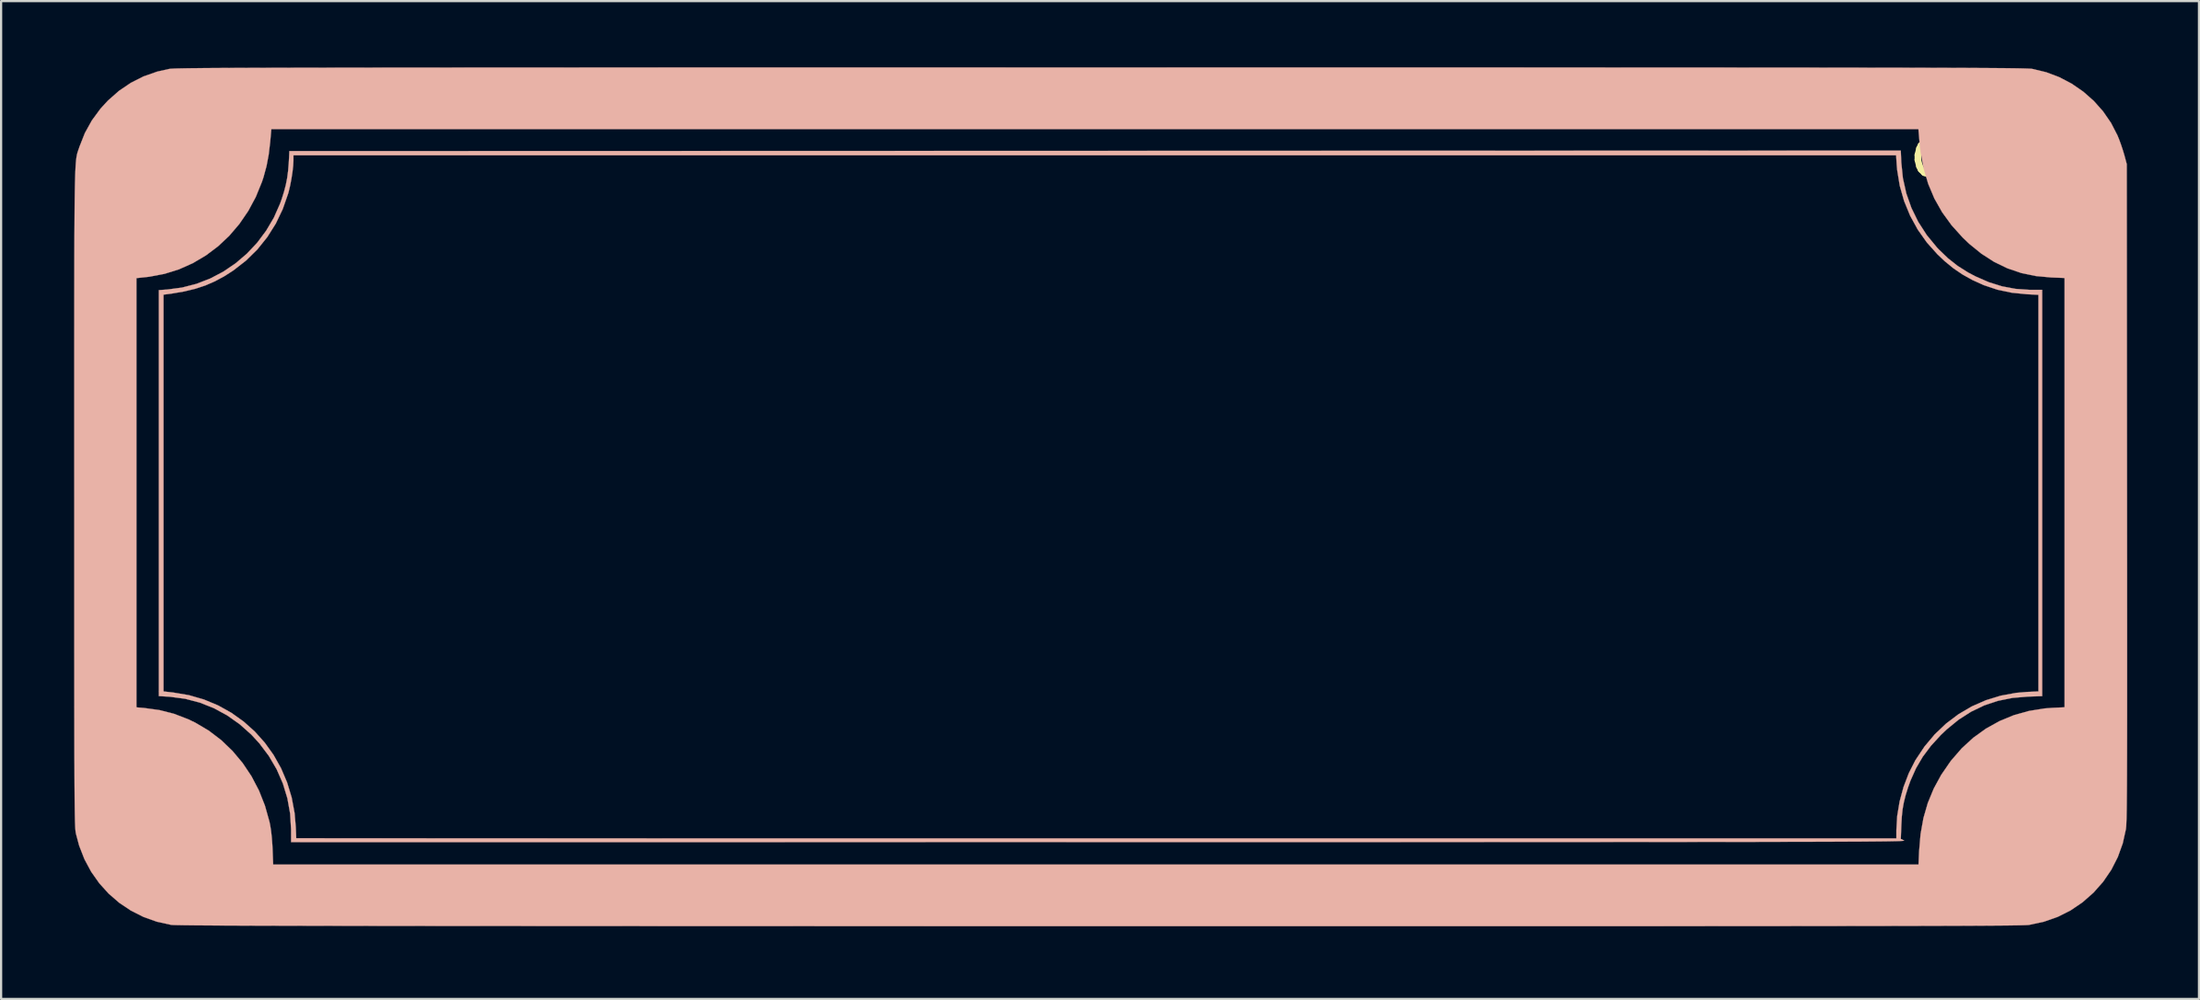
<source format=kicad_pcb>
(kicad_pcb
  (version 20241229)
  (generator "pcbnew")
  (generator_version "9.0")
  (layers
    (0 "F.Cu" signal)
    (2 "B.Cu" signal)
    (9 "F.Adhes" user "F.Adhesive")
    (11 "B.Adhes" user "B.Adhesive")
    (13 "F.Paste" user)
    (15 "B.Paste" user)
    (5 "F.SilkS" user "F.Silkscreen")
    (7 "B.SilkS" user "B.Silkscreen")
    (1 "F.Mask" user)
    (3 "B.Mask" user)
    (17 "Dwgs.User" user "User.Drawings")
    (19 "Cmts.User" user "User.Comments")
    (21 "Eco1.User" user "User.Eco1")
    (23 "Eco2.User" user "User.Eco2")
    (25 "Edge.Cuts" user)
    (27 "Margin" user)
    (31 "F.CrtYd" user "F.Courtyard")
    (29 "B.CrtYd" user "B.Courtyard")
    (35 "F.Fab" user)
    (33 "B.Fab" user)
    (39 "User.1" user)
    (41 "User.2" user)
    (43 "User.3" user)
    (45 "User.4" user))
  (footprint "CaseDim"
    (layer "F.Cu")
    (at 0.25 38.952)
    (property "Reference" "CaseDim" (at 88.138 -34.798 0) (layer "F.SilkS") (effects (font (size 1.524 1.524) (thickness 0.3))))
    (attr through_hole)
    (fp_poly (pts (xy 82.815 -34.639) (xy 82.887 -33.932) (xy 83.04 -33.245) (xy 83.273 -32.583) (xy 83.582 -31.952) (xy 83.967 -31.355) (xy 84.426 -30.796) (xy 84.511 -30.705) (xy 84.934 -30.299) (xy 85.369 -29.956) (xy 85.844 -29.657) (xy 86.169 -29.485) (xy 86.779 -29.218) (xy 87.382 -29.03) (xy 87.993 -28.916) (xy 88.628 -28.872) (xy 88.72 -28.872) (xy 89.196 -28.871) (xy 89.196 -10.467) (xy 88.551 -10.446) (xy 87.853 -10.387) (xy 87.195 -10.255) (xy 86.57 -10.047) (xy 85.977 -9.762) (xy 85.41 -9.399) (xy 84.867 -8.955) (xy 84.602 -8.702) (xy 84.157 -8.216) (xy 83.786 -7.72) (xy 83.481 -7.199) (xy 83.23 -6.637) (xy 83.122 -6.335) (xy 83.01 -5.977) (xy 82.93 -5.657) (xy 82.874 -5.345) (xy 82.838 -5.009) (xy 82.817 -4.635) (xy 82.793 -4) (xy 82.936 -3.929) (xy 82.941 -3.925) (xy 82.938 -3.921) (xy 82.925 -3.917) (xy 82.901 -3.913) (xy 82.864 -3.91) (xy 82.813 -3.907) (xy 82.745 -3.903) (xy 82.66 -3.9) (xy 82.555 -3.897) (xy 82.429 -3.895) (xy 82.28 -3.892) (xy 82.106 -3.889) (xy 81.907 -3.887) (xy 81.68 -3.885) (xy 81.423 -3.883) (xy 81.136 -3.88) (xy 80.816 -3.878) (xy 80.461 -3.877) (xy 80.071 -3.875) (xy 79.643 -3.873) (xy 79.175 -3.872) (xy 78.667 -3.87) (xy 78.117 -3.869) (xy 77.522 -3.868) (xy 76.881 -3.867) (xy 76.193 -3.865) (xy 75.456 -3.864) (xy 74.669 -3.863) (xy 73.828 -3.863) (xy 72.934 -3.862) (xy 71.984 -3.861) (xy 70.977 -3.86) (xy 69.911 -3.86) (xy 68.785 -3.859) (xy 67.596 -3.859) (xy 66.343 -3.858) (xy 65.025 -3.858) (xy 63.639 -3.857) (xy 62.185 -3.857) (xy 60.66 -3.857) (xy 59.064 -3.856) (xy 57.393 -3.856) (xy 55.647 -3.856) (xy 53.824 -3.856) (xy 51.923 -3.856) (xy 49.941 -3.855) (xy 47.877 -3.855) (xy 46.482 -3.855) (xy 9.885 -3.852) (xy 9.884 -4.434) (xy 9.841 -5.147) (xy 9.716 -5.841) (xy 9.512 -6.511) (xy 9.231 -7.153) (xy 8.874 -7.762) (xy 8.444 -8.332) (xy 8.084 -8.724) (xy 7.553 -9.197) (xy 6.984 -9.598) (xy 6.38 -9.925) (xy 5.747 -10.175) (xy 5.089 -10.347) (xy 4.411 -10.437) (xy 4.35 -10.442) (xy 3.895 -10.469) (xy 3.895 -28.654) (xy 4.106 -28.654) (xy 4.106 -10.68) (xy 4.554 -10.629) (xy 5.264 -10.509) (xy 5.94 -10.313) (xy 6.58 -10.046) (xy 7.179 -9.712) (xy 7.734 -9.316) (xy 8.241 -8.863) (xy 8.695 -8.355) (xy 9.093 -7.799) (xy 9.431 -7.197) (xy 9.704 -6.555) (xy 9.91 -5.877) (xy 10.043 -5.167) (xy 10.097 -4.53) (xy 10.105 -4.337) (xy 10.111 -4.178) (xy 10.115 -4.071) (xy 10.117 -4.032) (xy 10.159 -4.032) (xy 10.284 -4.031) (xy 10.489 -4.031) (xy 10.774 -4.03) (xy 11.135 -4.03) (xy 11.571 -4.029) (xy 12.081 -4.029) (xy 12.661 -4.028) (xy 13.311 -4.028) (xy 14.028 -4.027) (xy 14.81 -4.027) (xy 15.655 -4.027) (xy 16.562 -4.026) (xy 17.529 -4.026) (xy 18.553 -4.025) (xy 19.632 -4.025) (xy 20.766 -4.025) (xy 21.951 -4.024) (xy 23.185 -4.024) (xy 24.468 -4.024) (xy 25.797 -4.024) (xy 27.169 -4.023) (xy 28.584 -4.023) (xy 30.038 -4.023) (xy 31.531 -4.023) (xy 33.06 -4.022) (xy 34.624 -4.022) (xy 36.22 -4.022) (xy 37.846 -4.022) (xy 39.501 -4.022) (xy 41.182 -4.022) (xy 42.888 -4.022) (xy 44.616 -4.022) (xy 46.355 -4.022) (xy 82.592 -4.022) (xy 82.592 -4.393) (xy 82.63 -5.041) (xy 82.74 -5.7) (xy 82.917 -6.352) (xy 83.155 -6.977) (xy 83.448 -7.554) (xy 83.46 -7.573) (xy 83.868 -8.186) (xy 84.332 -8.738) (xy 84.846 -9.226) (xy 85.406 -9.648) (xy 86.008 -10.001) (xy 86.646 -10.281) (xy 87.317 -10.487) (xy 88.015 -10.615) (xy 88.508 -10.657) (xy 89.027 -10.68) (xy 89.027 -28.647) (xy 88.508 -28.673) (xy 87.819 -28.742) (xy 87.171 -28.878) (xy 86.549 -29.086) (xy 86.034 -29.319) (xy 85.586 -29.569) (xy 85.177 -29.847) (xy 84.781 -30.171) (xy 84.454 -30.48) (xy 83.974 -31.016) (xy 83.56 -31.602) (xy 83.215 -32.231) (xy 82.943 -32.894) (xy 82.746 -33.585) (xy 82.629 -34.296) (xy 82.607 -34.549) (xy 82.58 -34.967) (xy 9.991 -34.967) (xy 9.991 -34.729) (xy 9.979 -34.497) (xy 9.947 -34.212) (xy 9.899 -33.9) (xy 9.839 -33.589) (xy 9.772 -33.308) (xy 9.753 -33.24) (xy 9.507 -32.533) (xy 9.191 -31.873) (xy 8.806 -31.262) (xy 8.356 -30.702) (xy 7.841 -30.196) (xy 7.263 -29.747) (xy 6.859 -29.488) (xy 6.434 -29.259) (xy 6.001 -29.071) (xy 5.543 -28.92) (xy 5.041 -28.799) (xy 4.48 -28.703) (xy 4.307 -28.68) (xy 4.106 -28.654) (xy 3.895 -28.654) (xy 3.895 -28.859) (xy 4.274 -28.886) (xy 4.945 -28.975) (xy 5.597 -29.143) (xy 6.222 -29.385) (xy 6.816 -29.697) (xy 7.372 -30.075) (xy 7.884 -30.512) (xy 8.348 -31.006) (xy 8.756 -31.552) (xy 9.105 -32.144) (xy 9.386 -32.779) (xy 9.463 -32.994) (xy 9.567 -33.326) (xy 9.647 -33.632) (xy 9.706 -33.933) (xy 9.749 -34.256) (xy 9.779 -34.623) (xy 9.795 -34.904) (xy 9.806 -35.158) (xy 82.792 -35.179) (xy 82.815 -34.639)) (stroke (width 0.01) (type solid)) (fill yes) (layer "B.SilkS"))
    (fp_poly (pts (xy 46.564 -38.947) (xy 48.841 -38.947) (xy 51.035 -38.946) (xy 53.148 -38.946) (xy 55.18 -38.946) (xy 57.134 -38.946) (xy 59.011 -38.946) (xy 60.813 -38.946) (xy 62.541 -38.946) (xy 64.196 -38.946) (xy 65.781 -38.945) (xy 67.296 -38.945) (xy 68.743 -38.945) (xy 70.125 -38.944) (xy 71.442 -38.944) (xy 72.695 -38.943) (xy 73.887 -38.943) (xy 75.019 -38.942) (xy 76.093 -38.941) (xy 77.109 -38.941) (xy 78.07 -38.94) (xy 78.978 -38.939) (xy 79.833 -38.938) (xy 80.637 -38.937) (xy 81.392 -38.936) (xy 82.099 -38.935) (xy 82.76 -38.934) (xy 83.376 -38.933) (xy 83.949 -38.931) (xy 84.481 -38.93) (xy 84.972 -38.928) (xy 85.426 -38.927) (xy 85.842 -38.925) (xy 86.223 -38.923) (xy 86.57 -38.921) (xy 86.884 -38.919) (xy 87.168 -38.917) (xy 87.423 -38.915) (xy 87.649 -38.913) (xy 87.85 -38.91) (xy 88.026 -38.908) (xy 88.179 -38.905) (xy 88.311 -38.902) (xy 88.422 -38.899) (xy 88.515 -38.896) (xy 88.591 -38.893) (xy 88.652 -38.89) (xy 88.699 -38.887) (xy 88.733 -38.883) (xy 88.752 -38.88) (xy 89.377 -38.73) (xy 89.974 -38.505) (xy 90.537 -38.209) (xy 91.059 -37.849) (xy 91.534 -37.43) (xy 91.954 -36.957) (xy 92.313 -36.437) (xy 92.604 -35.873) (xy 92.686 -35.673) (xy 92.767 -35.449) (xy 92.849 -35.202) (xy 92.917 -34.975) (xy 92.931 -34.925) (xy 93.027 -34.565) (xy 93.039 -19.706) (xy 93.04 -18.358) (xy 93.041 -17.092) (xy 93.042 -15.905) (xy 93.042 -14.795) (xy 93.043 -13.759) (xy 93.043 -12.795) (xy 93.043 -11.9) (xy 93.043 -11.072) (xy 93.043 -10.307) (xy 93.043 -9.603) (xy 93.042 -8.959) (xy 93.041 -8.37) (xy 93.04 -7.835) (xy 93.038 -7.35) (xy 93.037 -6.914) (xy 93.035 -6.523) (xy 93.033 -6.175) (xy 93.03 -5.868) (xy 93.028 -5.599) (xy 93.025 -5.365) (xy 93.021 -5.163) (xy 93.018 -4.992) (xy 93.014 -4.847) (xy 93.009 -4.728) (xy 93.005 -4.631) (xy 93 -4.553) (xy 92.994 -4.493) (xy 92.989 -4.447) (xy 92.988 -4.441) (xy 92.845 -3.797) (xy 92.623 -3.181) (xy 92.327 -2.6) (xy 91.958 -2.059) (xy 91.523 -1.567) (xy 91.022 -1.126) (xy 90.482 -0.76) (xy 89.901 -0.468) (xy 89.279 -0.25) (xy 88.617 -0.107) (xy 88.604 -0.105) (xy 88.574 -0.101) (xy 88.529 -0.098) (xy 88.467 -0.095) (xy 88.387 -0.092) (xy 88.287 -0.089) (xy 88.166 -0.086) (xy 88.022 -0.083) (xy 87.853 -0.081) (xy 87.659 -0.078) (xy 87.437 -0.076) (xy 87.186 -0.074) (xy 86.905 -0.072) (xy 86.592 -0.07) (xy 86.245 -0.068) (xy 85.863 -0.066) (xy 85.445 -0.064) (xy 84.989 -0.063) (xy 84.493 -0.061) (xy 83.957 -0.06) (xy 83.377 -0.058) (xy 82.754 -0.057) (xy 82.085 -0.056) (xy 81.369 -0.055) (xy 80.604 -0.054) (xy 79.79 -0.053) (xy 78.923 -0.052) (xy 78.004 -0.051) (xy 77.03 -0.05) (xy 76 -0.05) (xy 74.912 -0.049) (xy 73.765 -0.048) (xy 72.557 -0.048) (xy 71.287 -0.047) (xy 69.953 -0.047) (xy 68.554 -0.047) (xy 67.088 -0.047) (xy 65.554 -0.046) (xy 63.95 -0.046) (xy 62.275 -0.046) (xy 60.527 -0.046) (xy 58.705 -0.046) (xy 56.807 -0.046) (xy 54.831 -0.046) (xy 52.777 -0.046) (xy 50.642 -0.046) (xy 48.426 -0.047) (xy 46.503 -0.047) (xy 44.188 -0.047) (xy 41.956 -0.047) (xy 39.806 -0.047) (xy 37.736 -0.048) (xy 35.745 -0.048) (xy 33.832 -0.048) (xy 31.995 -0.049) (xy 30.232 -0.049) (xy 28.543 -0.05) (xy 26.925 -0.05) (xy 25.378 -0.051) (xy 23.9 -0.052) (xy 22.489 -0.052) (xy 21.145 -0.053) (xy 19.865 -0.054) (xy 18.648 -0.054) (xy 17.493 -0.055) (xy 16.398 -0.056) (xy 15.363 -0.057) (xy 14.385 -0.058) (xy 13.462 -0.059) (xy 12.595 -0.061) (xy 11.781 -0.062) (xy 11.018 -0.063) (xy 10.306 -0.065) (xy 9.643 -0.066) (xy 9.027 -0.068) (xy 8.458 -0.069) (xy 7.933 -0.071) (xy 7.451 -0.073) (xy 7.011 -0.075) (xy 6.611 -0.076) (xy 6.25 -0.079) (xy 5.927 -0.081) (xy 5.64 -0.083) (xy 5.387 -0.085) (xy 5.168 -0.088) (xy 4.98 -0.09) (xy 4.823 -0.093) (xy 4.695 -0.095) (xy 4.594 -0.098) (xy 4.519 -0.101) (xy 4.468 -0.104) (xy 4.445 -0.107) (xy 3.805 -0.248) (xy 3.197 -0.465) (xy 2.628 -0.752) (xy 2.102 -1.104) (xy 1.624 -1.518) (xy 1.198 -1.989) (xy 0.83 -2.511) (xy 0.524 -3.081) (xy 0.285 -3.693) (xy 0.141 -4.233) (xy 0.134 -4.268) (xy 0.127 -4.307) (xy 0.121 -4.354) (xy 0.115 -4.411) (xy 0.11 -4.48) (xy 0.105 -4.565) (xy 0.101 -4.668) (xy 0.096 -4.791) (xy 0.093 -4.938) (xy 0.089 -5.111) (xy 0.086 -5.312) (xy 0.083 -5.545) (xy 0.08 -5.812) (xy 0.078 -6.115) (xy 0.075 -6.458) (xy 0.073 -6.842) (xy 0.072 -7.271) (xy 0.07 -7.748) (xy 0.069 -8.274) (xy 0.068 -8.854) (xy 0.067 -9.488) (xy 0.066 -10.18) (xy 0.065 -10.934) (xy 0.065 -11.75) (xy 0.064 -12.632) (xy 0.064 -13.583) (xy 0.064 -14.605) (xy 0.064 -15.701) (xy 0.064 -16.874) (xy 0.064 -18.126) (xy 0.064 -19.46) (xy 0.064 -19.494) (xy 0.063 -20.84) (xy 0.063 -22.103) (xy 0.063 -23.287) (xy 0.063 -24.395) (xy 0.063 -25.428) (xy 0.063 -26.391) (xy 0.064 -27.284) (xy 0.064 -28.112) (xy 0.065 -28.877) (xy 0.066 -29.403) (xy 2.879 -29.403) (xy 2.879 -9.959) (xy 3.228 -9.93) (xy 3.922 -9.835) (xy 4.583 -9.666) (xy 5.224 -9.42) (xy 5.546 -9.265) (xy 6.156 -8.904) (xy 6.719 -8.475) (xy 7.232 -7.983) (xy 7.691 -7.435) (xy 8.092 -6.835) (xy 8.43 -6.189) (xy 8.701 -5.503) (xy 8.903 -4.782) (xy 8.934 -4.636) (xy 8.976 -4.377) (xy 9.011 -4.06) (xy 9.037 -3.71) (xy 9.046 -3.524) (xy 9.072 -2.836) (xy 83.595 -2.836) (xy 83.622 -3.44) (xy 83.688 -4.217) (xy 83.818 -4.944) (xy 84.016 -5.628) (xy 84.284 -6.278) (xy 84.624 -6.902) (xy 85.04 -7.507) (xy 85.081 -7.56) (xy 85.554 -8.105) (xy 86.079 -8.585) (xy 86.651 -8.996) (xy 87.265 -9.337) (xy 87.915 -9.605) (xy 88.598 -9.796) (xy 89.308 -9.91) (xy 89.673 -9.937) (xy 90.212 -9.961) (xy 90.212 -29.41) (xy 89.609 -29.433) (xy 88.911 -29.497) (xy 88.25 -29.634) (xy 87.62 -29.848) (xy 87.02 -30.139) (xy 86.444 -30.509) (xy 85.89 -30.959) (xy 85.597 -31.239) (xy 85.093 -31.798) (xy 84.665 -32.388) (xy 84.312 -33.013) (xy 84.033 -33.676) (xy 83.825 -34.382) (xy 83.687 -35.133) (xy 83.642 -35.549) (xy 83.591 -36.153) (xy 8.989 -36.153) (xy 8.938 -35.572) (xy 8.87 -35) (xy 8.772 -34.48) (xy 8.636 -33.98) (xy 8.565 -33.765) (xy 8.286 -33.081) (xy 7.943 -32.443) (xy 7.54 -31.855) (xy 7.084 -31.321) (xy 6.577 -30.845) (xy 6.025 -30.43) (xy 5.434 -30.081) (xy 4.807 -29.801) (xy 4.149 -29.596) (xy 3.466 -29.467) (xy 3.355 -29.454) (xy 2.879 -29.403) (xy 0.066 -29.403) (xy 0.066 -29.581) (xy 0.067 -30.227) (xy 0.069 -30.818) (xy 0.071 -31.357) (xy 0.074 -31.846) (xy 0.077 -32.287) (xy 0.08 -32.685) (xy 0.084 -33.04) (xy 0.089 -33.357) (xy 0.094 -33.637) (xy 0.101 -33.883) (xy 0.107 -34.098) (xy 0.115 -34.285) (xy 0.123 -34.447) (xy 0.132 -34.585) (xy 0.142 -34.703) (xy 0.153 -34.803) (xy 0.165 -34.889) (xy 0.178 -34.962) (xy 0.192 -35.026) (xy 0.207 -35.083) (xy 0.224 -35.135) (xy 0.241 -35.187) (xy 0.259 -35.239) (xy 0.279 -35.295) (xy 0.3 -35.358) (xy 0.302 -35.363) (xy 0.544 -35.975) (xy 0.861 -36.547) (xy 1.252 -37.079) (xy 1.587 -37.444) (xy 2.087 -37.885) (xy 2.627 -38.251) (xy 3.205 -38.542) (xy 3.822 -38.758) (xy 4.358 -38.878) (xy 4.385 -38.882) (xy 4.42 -38.886) (xy 4.466 -38.889) (xy 4.525 -38.892) (xy 4.598 -38.896) (xy 4.686 -38.899) (xy 4.791 -38.902) (xy 4.915 -38.904) (xy 5.06 -38.907) (xy 5.225 -38.91) (xy 5.414 -38.912) (xy 5.628 -38.914) (xy 5.869 -38.917) (xy 6.137 -38.919) (xy 6.434 -38.921) (xy 6.763 -38.923) (xy 7.124 -38.925) (xy 7.52 -38.926) (xy 7.951 -38.928) (xy 8.419 -38.93) (xy 8.926 -38.931) (xy 9.473 -38.932) (xy 10.062 -38.934) (xy 10.695 -38.935) (xy 11.373 -38.936) (xy 12.097 -38.937) (xy 12.869 -38.938) (xy 13.691 -38.939) (xy 14.563 -38.94) (xy 15.489 -38.941) (xy 16.469 -38.941) (xy 17.505 -38.942) (xy 18.598 -38.943) (xy 19.75 -38.943) (xy 20.962 -38.944) (xy 22.237 -38.944) (xy 23.575 -38.945) (xy 24.978 -38.945) (xy 26.448 -38.945) (xy 27.986 -38.946) (xy 29.593 -38.946) (xy 31.272 -38.946) (xy 33.024 -38.946) (xy 34.851 -38.946) (xy 36.753 -38.946) (xy 38.733 -38.946) (xy 40.792 -38.946) (xy 42.931 -38.947) (xy 45.153 -38.947) (xy 46.564 -38.947)) (stroke (width 0.01) (type solid)) (fill yes) (layer "B.SilkS")))
  (gr_rect
    (start -3 -3)
    (end 96.548 42.202)
    (stroke (width 0.1) (type default))
    (fill no)
    (layer "Edge.Cuts")))
</source>
